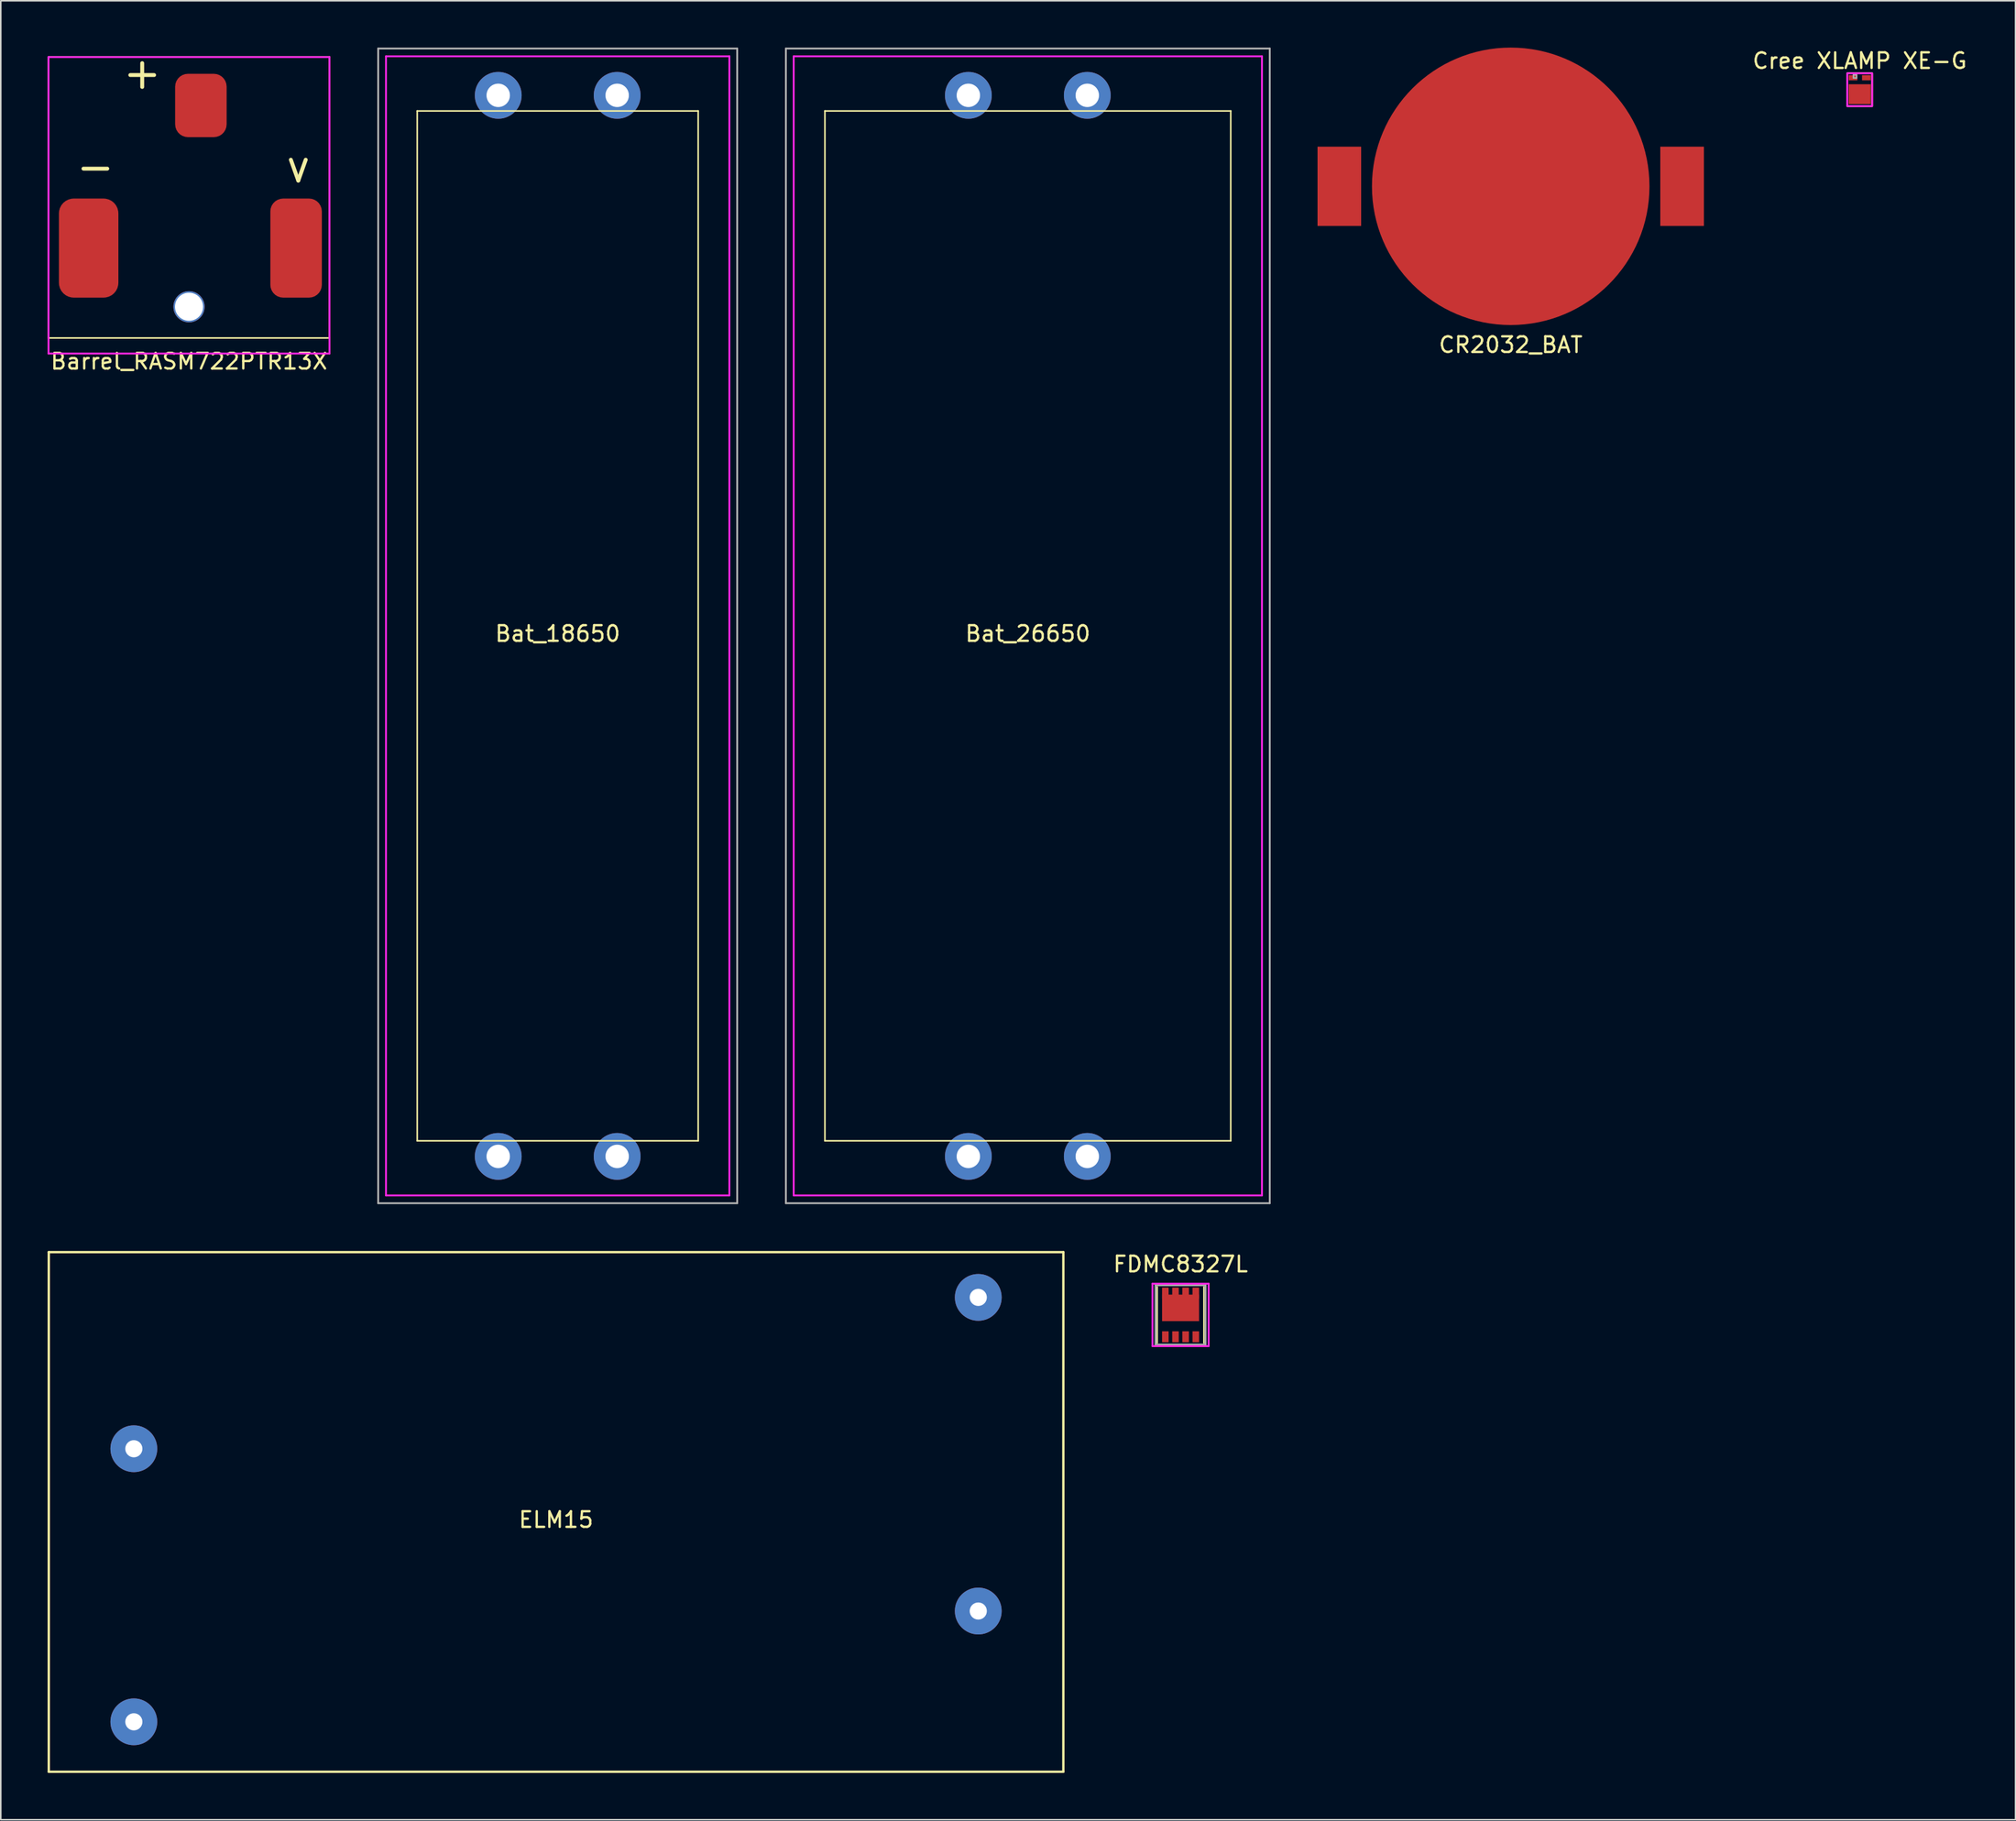
<source format=kicad_pcb>
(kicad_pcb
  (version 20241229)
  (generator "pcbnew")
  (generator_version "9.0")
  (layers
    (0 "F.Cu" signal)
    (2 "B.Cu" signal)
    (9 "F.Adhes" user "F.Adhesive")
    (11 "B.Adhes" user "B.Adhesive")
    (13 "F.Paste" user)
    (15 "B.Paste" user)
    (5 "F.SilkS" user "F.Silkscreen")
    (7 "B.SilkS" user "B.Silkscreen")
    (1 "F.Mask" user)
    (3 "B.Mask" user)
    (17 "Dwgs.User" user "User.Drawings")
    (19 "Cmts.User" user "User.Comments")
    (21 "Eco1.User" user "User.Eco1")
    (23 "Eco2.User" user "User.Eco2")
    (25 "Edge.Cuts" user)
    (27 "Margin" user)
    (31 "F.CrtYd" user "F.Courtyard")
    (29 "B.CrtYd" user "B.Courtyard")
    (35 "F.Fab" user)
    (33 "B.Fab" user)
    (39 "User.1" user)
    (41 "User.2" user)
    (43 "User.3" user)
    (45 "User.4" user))
  (footprint "Bat_26650"
    (layer "F.Cu")
    (at 62.8 37.06)
    (property "Reference" "Bat_26650" (at 0 0.5 0) (layer "F.SilkS") (effects (font (size 1 1) (thickness 0.15))))
    (attr through_hole)
    (fp_line (start -13 -33) (end -13 33) (stroke (width 0.1) (type solid)) (layer "F.SilkS"))
    (fp_line (start -13 -33) (end 13 -33) (stroke (width 0.1) (type solid)) (layer "F.SilkS"))
    (fp_line (start 13 -33) (end 13 33) (stroke (width 0.1) (type solid)) (layer "F.SilkS"))
    (fp_line (start 13 33) (end -13 33) (stroke (width 0.1) (type solid)) (layer "F.SilkS"))
    (fp_line (start -15 -36.5) (end 15 -36.5) (stroke (width 0.12) (type solid)) (layer "F.CrtYd"))
    (fp_line (start -15 36.5) (end -15 -36.5) (stroke (width 0.12) (type solid)) (layer "F.CrtYd"))
    (fp_line (start 15 -36.5) (end 15 36.5) (stroke (width 0.12) (type solid)) (layer "F.CrtYd"))
    (fp_line (start 15 36.5) (end -15 36.5) (stroke (width 0.12) (type solid)) (layer "F.CrtYd"))
    (fp_line (start -15.5 -37) (end 15.5 -37) (stroke (width 0.12) (type solid)) (layer "F.Fab"))
    (fp_line (start -15.5 37) (end -15.5 -37) (stroke (width 0.12) (type solid)) (layer "F.Fab"))
    (fp_line (start 15.5 -37) (end 15.5 37) (stroke (width 0.12) (type solid)) (layer "F.Fab"))
    (fp_line (start 15.5 37) (end -15.5 37) (stroke (width 0.12) (type solid)) (layer "F.Fab"))
    (pad "1" thru_hole circle (at -3.81 -34) (size 3 3) (drill 1.5) (layers "*.Cu" "*.Mask"))
    (pad "1" thru_hole circle (at 3.81 -34) (size 3 3) (drill 1.5) (layers "*.Cu" "*.Mask"))
    (pad "2" thru_hole circle (at -3.81 34) (size 3 3) (drill 1.5) (layers "*.Cu" "*.Mask"))
    (pad "2" thru_hole circle (at 3.81 34) (size 3 3) (drill 1.5) (layers "*.Cu" "*.Mask")))
  (footprint "Cree XLAMP XE-G"
    (layer "F.Cu")
    (at 116.096 2.348)
    (property "Reference" "Cree XLAMP XE-G" (at 0 -1.5 0) (unlocked yes) (layer "F.SilkS") (effects (font (size 1 1) (thickness 0.15))))
    (attr smd)
    (fp_rect (start -0.8 -0.7) (end 0.8 1.4) (stroke (width 0.1) (type solid)) (fill no) (layer "F.SilkS"))
    (fp_rect (start -0.8 -0.7) (end 0.8 1.4) (stroke (width 0.12) (type solid)) (fill no) (layer "F.CrtYd"))
    (fp_rect (start -0.8 -0.7) (end 0.8 1.4) (stroke (width 0.1) (type solid)) (fill no) (layer "F.Fab"))
    (fp_rect (start -0.4 -0.6) (end -0.4 -0.4) (stroke (width 0.1) (type solid)) (fill no) (layer "F.Fab"))
    (fp_rect (start -0.4 -0.6) (end -0.2 -0.6) (stroke (width 0.1) (type solid)) (fill no) (layer "F.Fab"))
    (fp_rect (start -0.4 -0.4) (end -0.2 -0.4) (stroke (width 0.1) (type solid)) (fill no) (layer "F.Fab"))
    (fp_rect (start -0.2 -0.4) (end -0.2 -0.6) (stroke (width 0.1) (type solid)) (fill no) (layer "F.Fab"))
    (pad "1" smd rect (at 0.427 -0.415) (size 0.555 0.33) (layers "F.Cu" "F.Mask" "F.Paste"))
    (pad "2" smd rect (at -0.427 -0.415) (size 0.555 0.33) (layers "F.Cu" "F.Mask" "F.Paste"))
    (pad "EP" smd rect (at 0 0.635) (size 1.41 1.27) (layers "F.Cu" "F.Mask" "F.Paste")))
  (footprint "Bat_18650"
    (layer "F.Cu")
    (at 32.68 37.06)
    (property "Reference" "Bat_18650" (at 0 0.5 0) (layer "F.SilkS") (effects (font (size 1 1) (thickness 0.15))))
    (attr through_hole)
    (fp_line (start -9 -33) (end -9 33) (stroke (width 0.1) (type solid)) (layer "F.SilkS"))
    (fp_line (start -9 -33) (end 9 -33) (stroke (width 0.1) (type solid)) (layer "F.SilkS"))
    (fp_line (start 9 -33) (end 9 33) (stroke (width 0.1) (type solid)) (layer "F.SilkS"))
    (fp_line (start 9 33) (end -9 33) (stroke (width 0.1) (type solid)) (layer "F.SilkS"))
    (fp_line (start -11 -36.5) (end 11 -36.5) (stroke (width 0.12) (type solid)) (layer "F.CrtYd"))
    (fp_line (start -11 36.5) (end -11 -36.5) (stroke (width 0.12) (type solid)) (layer "F.CrtYd"))
    (fp_line (start 11 -36.5) (end 11 36.5) (stroke (width 0.12) (type solid)) (layer "F.CrtYd"))
    (fp_line (start 11 36.5) (end -11 36.5) (stroke (width 0.12) (type solid)) (layer "F.CrtYd"))
    (fp_line (start -11.5 -37) (end 11.5 -37) (stroke (width 0.12) (type solid)) (layer "F.Fab"))
    (fp_line (start -11.5 37) (end -11.5 -37) (stroke (width 0.12) (type solid)) (layer "F.Fab"))
    (fp_line (start 11.5 -37) (end 11.5 37) (stroke (width 0.12) (type solid)) (layer "F.Fab"))
    (fp_line (start 11.5 37) (end -11.5 37) (stroke (width 0.12) (type solid)) (layer "F.Fab"))
    (pad "1" thru_hole circle (at -3.81 -34) (size 3 3) (drill 1.5) (layers "*.Cu" "*.Mask"))
    (pad "1" thru_hole circle (at 3.81 -34) (size 3 3) (drill 1.5) (layers "*.Cu" "*.Mask"))
    (pad "2" thru_hole circle (at -3.81 34) (size 3 3) (drill 1.5) (layers "*.Cu" "*.Mask"))
    (pad "2" thru_hole circle (at 3.81 34) (size 3 3) (drill 1.5) (layers "*.Cu" "*.Mask")))
  (footprint "ELM15"
    (layer "F.Cu")
    (at 32.575 93.845)
    (property "Reference" "ELM15" (at 0 0.5 0) (layer "F.SilkS") (effects (font (size 1 1) (thickness 0.15))))
    (attr through_hole)
    (fp_line (start -32.5 -16.65) (end -32.5 16.65) (stroke (width 0.15) (type solid)) (layer "F.SilkS"))
    (fp_line (start -32.5 -16.65) (end 32.5 -16.65) (stroke (width 0.15) (type solid)) (layer "F.SilkS"))
    (fp_line (start 32.5 -16.65) (end 32.5 16.65) (stroke (width 0.15) (type solid)) (layer "F.SilkS"))
    (fp_line (start 32.5 16.65) (end -32.5 16.65) (stroke (width 0.15) (type solid)) (layer "F.SilkS"))
    (pad "1" thru_hole circle (at -27.05 -4.05) (size 3 3) (drill 1.1) (layers "*.Cu" "*.Mask"))
    (pad "2" thru_hole circle (at -27.05 13.45) (size 3 3) (drill 1.1) (layers "*.Cu" "*.Mask"))
    (pad "3" thru_hole circle (at 27.05 -13.75) (size 3 3) (drill 1.1) (layers "*.Cu" "*.Mask"))
    (pad "4" thru_hole circle (at 27.05 6.35) (size 3 3) (drill 1.1) (layers "*.Cu" "*.Mask")))
  (footprint "FDMC8327L"
    (layer "F.Cu")
    (at 72.585 81.218)
    (property "Reference" "FDMC8327L" (at 0 -3.25 0) (layer "F.SilkS") (effects (font (size 1 1) (thickness 0.15))))
    (attr through_hole)
    (fp_line (start -1.5 -1.8) (end -1.5 1.8) (stroke (width 0.1) (type solid)) (layer "F.SilkS"))
    (fp_line (start 1.5 -1.8) (end 1.5 1.8) (stroke (width 0.1) (type solid)) (layer "F.SilkS"))
    (fp_line (start -1.8 -2) (end -1.8 2) (stroke (width 0.12) (type solid)) (layer "F.CrtYd"))
    (fp_line (start -1.8 2) (end 1.8 2) (stroke (width 0.12) (type solid)) (layer "F.CrtYd"))
    (fp_line (start 1.8 -2) (end -1.8 -2) (stroke (width 0.12) (type solid)) (layer "F.CrtYd"))
    (fp_line (start 1.8 2) (end 1.8 -2) (stroke (width 0.12) (type solid)) (layer "F.CrtYd"))
    (fp_line (start -1.6 -1.9) (end 1.6 -1.9) (stroke (width 0.12) (type solid)) (layer "F.Fab"))
    (fp_line (start -1.6 1.9) (end -1.6 -1.9) (stroke (width 0.12) (type solid)) (layer "F.Fab"))
    (fp_line (start 1.6 -1.9) (end 1.6 1.9) (stroke (width 0.12) (type solid)) (layer "F.Fab"))
    (fp_line (start 1.6 1.9) (end -1.6 1.9) (stroke (width 0.12) (type solid)) (layer "F.Fab"))
    (pad "1" smd rect (at -0.975 1.4) (size 0.42 0.7) (layers "F.Cu" "F.Mask" "F.Paste"))
    (pad "2" smd rect (at -0.325 1.4) (size 0.42 0.7) (layers "F.Cu" "F.Mask" "F.Paste"))
    (pad "3" smd rect (at 0.325 1.4) (size 0.42 0.7) (layers "F.Cu" "F.Mask" "F.Paste"))
    (pad "4" smd rect (at 0.975 1.4) (size 0.42 0.7) (layers "F.Cu" "F.Mask" "F.Paste"))
    (pad "5" smd rect (at 0.975 -1.4) (size 0.42 0.7) (layers "F.Cu" "F.Mask" "F.Paste"))
    (pad "6" smd rect (at 0.325 -1.4) (size 0.42 0.7) (layers "F.Cu" "F.Mask" "F.Paste"))
    (pad "7" smd rect (at -0.325 -1.4) (size 0.42 0.7) (layers "F.Cu" "F.Mask" "F.Paste"))
    (pad "8" smd rect (at -0.975 -1.4) (size 0.42 0.7) (layers "F.Cu" "F.Mask" "F.Paste"))
    (pad "9" smd rect (at 0 -0.45) (size 2.37 1.7) (layers "F.Cu" "F.Mask" "F.Paste")))
  (footprint "CR2032_BAT"
    (layer "F.Cu")
    (at 93.737 8.89)
    (property "Reference" "CR2032_BAT" (at 0 10.16 0) (layer "F.SilkS") (effects (font (size 1 1) (thickness 0.15))))
    (attr through_hole)
    (pad "1" smd rect (at -10.98 0) (size 2.794 5.08) (layers "F.Cu" "F.Mask" "F.Paste"))
    (pad "1" smd rect (at 10.98 0) (size 2.794 5.08) (layers "F.Cu" "F.Mask" "F.Paste"))
    (pad "2" smd circle (at 0 0) (size 17.78 17.78) (layers "F.Cu" "F.Mask" "F.Paste")))
  (footprint "Barrel_RASM722PTR13X"
    (layer "F.Cu")
    (at 9.06 19.609)
    (property "Reference" "Barrel_RASM722PTR13X" (at 0 0.5 0) (layer "F.SilkS") (effects (font (size 1 1) (thickness 0.15))))
    (attr through_hole)
    (fp_line (start -9 -19) (end -9 -1) (stroke (width 0.1) (type solid)) (layer "F.SilkS"))
    (fp_line (start -9 -1) (end 9 -1) (stroke (width 0.1) (type solid)) (layer "F.SilkS"))
    (fp_line (start 9 -19) (end -9 -19) (stroke (width 0.1) (type solid)) (layer "F.SilkS"))
    (fp_line (start 9 -1) (end 9 -19) (stroke (width 0.1) (type solid)) (layer "F.SilkS"))
    (fp_line (start -9 -19) (end 9 -19) (stroke (width 0.12) (type solid)) (layer "F.CrtYd"))
    (fp_line (start -9 0) (end -9 -19) (stroke (width 0.12) (type solid)) (layer "F.CrtYd"))
    (fp_line (start 9 -19) (end 9 0) (stroke (width 0.12) (type solid)) (layer "F.CrtYd"))
    (fp_line (start 9 0) (end -9 0) (stroke (width 0.12) (type solid)) (layer "F.CrtYd"))
    (fp_text user "+" (at -3 -18 0) (layer "F.SilkS") (effects (font (size 2 2) (thickness 0.25))))
    (fp_text user "-" (at -6 -12 0) (layer "F.SilkS") (effects (font (size 2 2) (thickness 0.25))))
    (fp_text user "v" (at 7 -12 0) (layer "F.SilkS") (effects (font (size 2 2) (thickness 0.25))))
    (pad "" np_thru_hole circle (at 0 -3) (size 2 2) (drill 1.8) (layers "*.Cu" "*.Mask"))
    (pad "1" smd roundrect (at 0.76 -15.9) (size 3.3 4.06) (layers "F.Cu" "F.Mask" "F.Paste") (roundrect_rratio 0.25))
    (pad "2" smd roundrect (at -6.43 -6.76) (size 3.81 6.35) (layers "F.Cu" "F.Mask" "F.Paste") (roundrect_rratio 0.25))
    (pad "3" smd roundrect (at 6.86 -6.76) (size 3.3 6.35) (layers "F.Cu" "F.Mask" "F.Paste") (roundrect_rratio 0.25)))
  (gr_rect
    (start -3 -3)
    (end 126.078 113.57)
    (stroke (width 0.1) (type default))
    (fill no)
    (layer "Edge.Cuts")))
</source>
